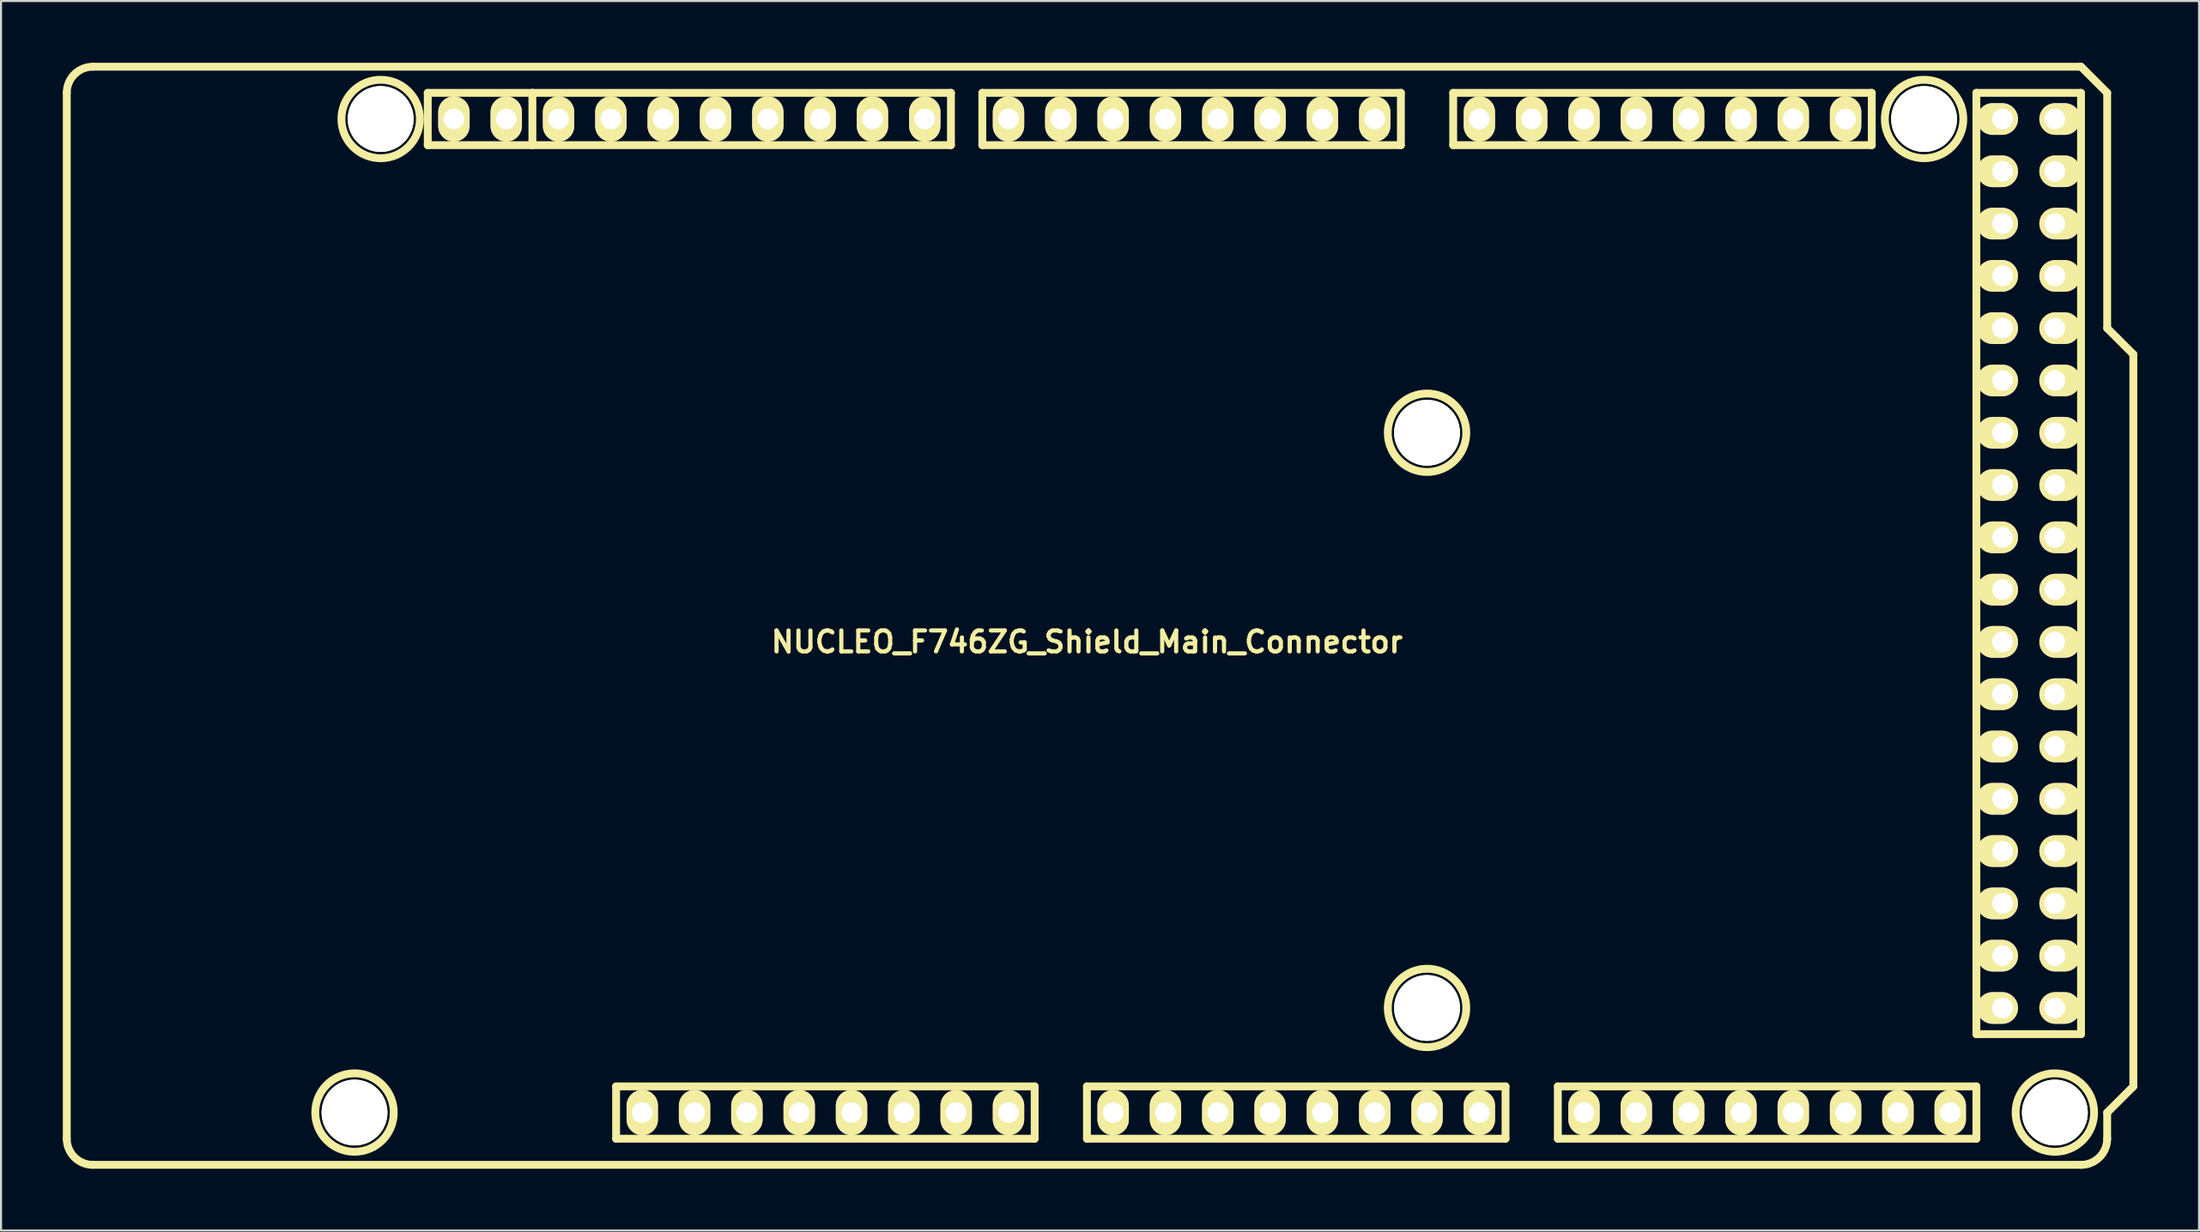
<source format=kicad_pcb>
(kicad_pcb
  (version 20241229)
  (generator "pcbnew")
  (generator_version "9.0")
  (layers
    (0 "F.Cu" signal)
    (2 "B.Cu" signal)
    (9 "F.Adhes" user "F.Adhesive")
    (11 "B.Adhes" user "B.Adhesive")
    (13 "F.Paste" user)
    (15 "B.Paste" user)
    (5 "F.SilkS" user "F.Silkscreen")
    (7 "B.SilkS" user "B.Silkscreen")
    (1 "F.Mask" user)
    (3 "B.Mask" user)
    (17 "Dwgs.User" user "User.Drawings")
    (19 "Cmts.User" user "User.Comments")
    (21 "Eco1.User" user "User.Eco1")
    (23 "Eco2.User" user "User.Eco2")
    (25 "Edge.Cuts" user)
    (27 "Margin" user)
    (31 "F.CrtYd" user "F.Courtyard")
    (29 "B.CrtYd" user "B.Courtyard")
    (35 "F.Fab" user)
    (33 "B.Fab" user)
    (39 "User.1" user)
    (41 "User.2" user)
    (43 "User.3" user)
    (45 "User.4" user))
  (footprint "NUCLEO_F746ZG_Shield_Main_Connector"
    (layer "F.Cu")
    (at 49.721 26.86)
    (property "Reference" "NUCLEO_F746ZG_Shield_Main_Connector" (at 0 1.27 0) (layer "F.SilkS") (effects (font (size 1.016 1.016) (thickness 0.203))))
    (attr through_hole)
    (fp_line (start -49.53 25.4) (end -49.53 -25.4) (stroke (width 0.381) (type solid)) (layer "F.SilkS"))
    (fp_line (start -48.26 -26.67) (end 48.26 -26.67) (stroke (width 0.381) (type solid)) (layer "F.SilkS"))
    (fp_line (start -48.26 26.67) (end 48.26 26.67) (stroke (width 0.381) (type solid)) (layer "F.SilkS"))
    (fp_line (start -32.004 -25.4) (end -32.004 -22.86) (stroke (width 0.381) (type solid)) (layer "F.SilkS"))
    (fp_line (start -32.004 -22.86) (end -26.924 -22.86) (stroke (width 0.381) (type solid)) (layer "F.SilkS"))
    (fp_line (start -26.924 -25.4) (end -32.004 -25.4) (stroke (width 0.381) (type solid)) (layer "F.SilkS"))
    (fp_line (start -26.924 -22.86) (end -26.924 -25.4) (stroke (width 0.381) (type solid)) (layer "F.SilkS"))
    (fp_line (start -22.86 25.4) (end -22.86 22.86) (stroke (width 0.381) (type solid)) (layer "F.SilkS"))
    (fp_line (start -22.86 25.4) (end -2.54 25.4) (stroke (width 0.381) (type solid)) (layer "F.SilkS"))
    (fp_line (start -6.604 -25.4) (end -26.924 -25.4) (stroke (width 0.381) (type solid)) (layer "F.SilkS"))
    (fp_line (start -6.604 -22.86) (end -26.924 -22.86) (stroke (width 0.381) (type solid)) (layer "F.SilkS"))
    (fp_line (start -6.604 -22.86) (end -6.604 -25.4) (stroke (width 0.381) (type solid)) (layer "F.SilkS"))
    (fp_line (start -5.08 -25.4) (end 15.24 -25.4) (stroke (width 0.381) (type solid)) (layer "F.SilkS"))
    (fp_line (start -5.08 -22.86) (end -5.08 -25.4) (stroke (width 0.381) (type solid)) (layer "F.SilkS"))
    (fp_line (start -2.54 22.86) (end -22.86 22.86) (stroke (width 0.381) (type solid)) (layer "F.SilkS"))
    (fp_line (start -2.54 22.86) (end -2.54 25.4) (stroke (width 0.381) (type solid)) (layer "F.SilkS"))
    (fp_line (start 0 22.86) (end 0 25.4) (stroke (width 0.381) (type solid)) (layer "F.SilkS"))
    (fp_line (start 0 25.4) (end 20.32 25.4) (stroke (width 0.381) (type solid)) (layer "F.SilkS"))
    (fp_line (start 15.24 -25.4) (end 15.24 -22.86) (stroke (width 0.381) (type solid)) (layer "F.SilkS"))
    (fp_line (start 15.24 -22.86) (end -5.08 -22.86) (stroke (width 0.381) (type solid)) (layer "F.SilkS"))
    (fp_line (start 17.78 -25.4) (end 17.78 -22.86) (stroke (width 0.381) (type solid)) (layer "F.SilkS"))
    (fp_line (start 17.78 -22.86) (end 38.1 -22.86) (stroke (width 0.381) (type solid)) (layer "F.SilkS"))
    (fp_line (start 20.32 22.86) (end 0 22.86) (stroke (width 0.381) (type solid)) (layer "F.SilkS"))
    (fp_line (start 20.32 25.4) (end 20.32 22.86) (stroke (width 0.381) (type solid)) (layer "F.SilkS"))
    (fp_line (start 22.86 22.86) (end 43.18 22.86) (stroke (width 0.381) (type solid)) (layer "F.SilkS"))
    (fp_line (start 22.86 25.4) (end 22.86 22.86) (stroke (width 0.381) (type solid)) (layer "F.SilkS"))
    (fp_line (start 38.1 -25.4) (end 17.78 -25.4) (stroke (width 0.381) (type solid)) (layer "F.SilkS"))
    (fp_line (start 38.1 -22.86) (end 38.1 -25.4) (stroke (width 0.381) (type solid)) (layer "F.SilkS"))
    (fp_line (start 43.18 -25.4) (end 43.18 20.32) (stroke (width 0.381) (type solid)) (layer "F.SilkS"))
    (fp_line (start 43.18 20.32) (end 48.26 20.32) (stroke (width 0.381) (type solid)) (layer "F.SilkS"))
    (fp_line (start 43.18 22.86) (end 43.18 25.4) (stroke (width 0.381) (type solid)) (layer "F.SilkS"))
    (fp_line (start 43.18 25.4) (end 22.86 25.4) (stroke (width 0.381) (type solid)) (layer "F.SilkS"))
    (fp_line (start 48.26 -26.67) (end 49.53 -25.4) (stroke (width 0.381) (type solid)) (layer "F.SilkS"))
    (fp_line (start 48.26 -25.4) (end 43.18 -25.4) (stroke (width 0.381) (type solid)) (layer "F.SilkS"))
    (fp_line (start 48.26 20.32) (end 48.26 -25.4) (stroke (width 0.381) (type solid)) (layer "F.SilkS"))
    (fp_line (start 49.53 -25.4) (end 49.53 -13.97) (stroke (width 0.381) (type solid)) (layer "F.SilkS"))
    (fp_line (start 49.53 -13.97) (end 50.8 -12.7) (stroke (width 0.381) (type solid)) (layer "F.SilkS"))
    (fp_line (start 49.53 24.13) (end 49.53 25.4) (stroke (width 0.381) (type solid)) (layer "F.SilkS"))
    (fp_line (start 50.8 -12.7) (end 50.8 22.86) (stroke (width 0.381) (type solid)) (layer "F.SilkS"))
    (fp_line (start 50.8 22.86) (end 49.53 24.13) (stroke (width 0.381) (type solid)) (layer "F.SilkS"))
    (fp_arc (start -49.53 -25.4) (mid -49.158026 -26.298026) (end -48.26 -26.67) (stroke (width 0.381) (type solid)) (layer "F.SilkS"))
    (fp_arc (start -48.26 26.67) (mid -49.158026 26.298026) (end -49.53 25.4) (stroke (width 0.381) (type solid)) (layer "F.SilkS"))
    (fp_arc (start 49.53 25.4) (mid 49.158026 26.298026) (end 48.26 26.67) (stroke (width 0.381) (type solid)) (layer "F.SilkS"))
    (fp_circle (center -35.56 24.13) (end -33.655 24.13) (stroke (width 0.381) (type solid)) (fill no) (layer "F.SilkS"))
    (fp_circle (center -34.29 -24.13) (end -32.385 -24.13) (stroke (width 0.381) (type solid)) (fill no) (layer "F.SilkS"))
    (fp_circle (center 16.51 -8.89) (end 18.415 -8.89) (stroke (width 0.381) (type solid)) (fill no) (layer "F.SilkS"))
    (fp_circle (center 16.51 19.05) (end 18.415 19.05) (stroke (width 0.381) (type solid)) (fill no) (layer "F.SilkS"))
    (fp_circle (center 40.64 -24.13) (end 42.545 -24.13) (stroke (width 0.381) (type solid)) (fill no) (layer "F.SilkS"))
    (fp_circle (center 46.99 24.13) (end 48.895 24.13) (stroke (width 0.381) (type solid)) (fill no) (layer "F.SilkS"))
    (pad "" np_thru_hole circle (at -35.56 24.13) (size 3.198 3.198) (drill 3.198) (layers "*.Cu" "*.Mask" "F.SilkS"))
    (pad "" np_thru_hole circle (at -34.29 -24.13) (size 3.198 3.198) (drill 3.198) (layers "*.Cu" "*.Mask" "F.SilkS"))
    (pad "" np_thru_hole circle (at 16.51 -8.89) (size 3.198 3.198) (drill 3.198) (layers "*.Cu" "*.Mask" "F.SilkS"))
    (pad "" np_thru_hole circle (at 16.51 19.05) (size 3.198 3.198) (drill 3.198) (layers "*.Cu" "*.Mask" "F.SilkS"))
    (pad "" np_thru_hole circle (at 40.64 -24.13) (size 3.198 3.198) (drill 3.198) (layers "*.Cu" "*.Mask" "F.SilkS"))
    (pad "" np_thru_hole circle (at 46.99 24.13) (size 3.198 3.198) (drill 3.198) (layers "*.Cu" "*.Mask" "F.SilkS"))
    (pad "1" thru_hole oval (at -21.59 24.13) (size 1.524 2.2) (drill 1.001) (layers "*.Cu" "*.Mask" "F.SilkS"))
    (pad "2" thru_hole oval (at -19.05 24.13) (size 1.524 2.2) (drill 1.001) (layers "*.Cu" "*.Mask" "F.SilkS"))
    (pad "3" thru_hole oval (at -16.51 24.13) (size 1.524 2.2) (drill 1.001) (layers "*.Cu" "*.Mask" "F.SilkS"))
    (pad "4" thru_hole oval (at -13.97 24.13) (size 1.524 2.2) (drill 1.001) (layers "*.Cu" "*.Mask" "F.SilkS"))
    (pad "5" thru_hole oval (at -11.43 24.13) (size 1.524 2.2) (drill 1.001) (layers "*.Cu" "*.Mask" "F.SilkS"))
    (pad "6" thru_hole oval (at -8.89 24.13) (size 1.524 2.2) (drill 1.001) (layers "*.Cu" "*.Mask" "F.SilkS"))
    (pad "7" thru_hole oval (at -6.35 24.13) (size 1.524 2.2) (drill 1.001) (layers "*.Cu" "*.Mask" "F.SilkS"))
    (pad "8" thru_hole oval (at -3.81 24.13) (size 1.524 2.2) (drill 1.001) (layers "*.Cu" "*.Mask" "F.SilkS"))
    (pad "9" thru_hole oval (at 1.27 24.13) (size 1.524 2.2) (drill 1.001) (layers "*.Cu" "*.Mask" "F.SilkS"))
    (pad "10" thru_hole oval (at 3.81 24.13) (size 1.524 2.2) (drill 1.001) (layers "*.Cu" "*.Mask" "F.SilkS"))
    (pad "11" thru_hole oval (at 6.35 24.13) (size 1.524 2.2) (drill 1.001) (layers "*.Cu" "*.Mask" "F.SilkS"))
    (pad "12" thru_hole oval (at 8.89 24.13) (size 1.524 2.2) (drill 1.001) (layers "*.Cu" "*.Mask" "F.SilkS"))
    (pad "13" thru_hole oval (at 11.43 24.13) (size 1.524 2.2) (drill 1.001) (layers "*.Cu" "*.Mask" "F.SilkS"))
    (pad "14" thru_hole oval (at 13.97 24.13) (size 1.524 2.2) (drill 1.001) (layers "*.Cu" "*.Mask" "F.SilkS"))
    (pad "15" thru_hole oval (at 16.51 24.13) (size 1.524 2.2) (drill 1.001) (layers "*.Cu" "*.Mask" "F.SilkS"))
    (pad "16" thru_hole oval (at 19.05 24.13) (size 1.524 2.2) (drill 1.001) (layers "*.Cu" "*.Mask" "F.SilkS"))
    (pad "17" thru_hole oval (at 24.13 24.13) (size 1.524 2.2) (drill 1.001) (layers "*.Cu" "*.Mask" "F.SilkS"))
    (pad "18" thru_hole oval (at 26.67 24.13) (size 1.524 2.2) (drill 1.001) (layers "*.Cu" "*.Mask" "F.SilkS"))
    (pad "19" thru_hole oval (at 29.21 24.13) (size 1.524 2.2) (drill 1.001) (layers "*.Cu" "*.Mask" "F.SilkS"))
    (pad "20" thru_hole oval (at 31.75 24.13) (size 1.524 2.197) (drill 1.001) (layers "*.Cu" "*.Mask" "F.SilkS"))
    (pad "21" thru_hole oval (at 34.29 24.13) (size 1.524 2.197) (drill 1.001) (layers "*.Cu" "*.Mask" "F.SilkS"))
    (pad "22" thru_hole oval (at 36.83 24.13) (size 1.524 2.197) (drill 1.001) (layers "*.Cu" "*.Mask" "F.SilkS"))
    (pad "23" thru_hole oval (at 39.37 24.13) (size 1.524 2.197) (drill 1.001) (layers "*.Cu" "*.Mask" "F.SilkS"))
    (pad "24" thru_hole oval (at 41.91 24.13) (size 1.524 2.197) (drill 1.001) (layers "*.Cu" "*.Mask" "F.SilkS"))
    (pad "25" thru_hole oval (at 44.45 19.05) (size 1.999 1.539) (drill 1.001 (offset -0.249 0)) (layers "*.Cu" "*.Mask" "F.SilkS"))
    (pad "26" thru_hole oval (at 44.45 16.51) (size 1.999 1.539) (drill 1.001 (offset -0.249 0)) (layers "*.Cu" "*.Mask" "F.SilkS"))
    (pad "27" thru_hole oval (at 44.45 13.97) (size 1.999 1.539) (drill 1.001 (offset -0.249 0)) (layers "*.Cu" "*.Mask" "F.SilkS"))
    (pad "28" thru_hole oval (at 44.45 11.43) (size 1.999 1.539) (drill 1.001 (offset -0.249 0)) (layers "*.Cu" "*.Mask" "F.SilkS"))
    (pad "29" thru_hole oval (at 44.45 8.89) (size 1.999 1.539) (drill 1.001 (offset -0.249 0)) (layers "*.Cu" "*.Mask" "F.SilkS"))
    (pad "30" thru_hole oval (at 44.45 6.35) (size 1.999 1.539) (drill 1.001 (offset -0.249 0)) (layers "*.Cu" "*.Mask" "F.SilkS"))
    (pad "31" thru_hole oval (at 44.45 3.81) (size 1.999 1.539) (drill 1.001 (offset -0.249 0)) (layers "*.Cu" "*.Mask" "F.SilkS"))
    (pad "32" thru_hole oval (at 44.45 1.27) (size 1.999 1.539) (drill 1.001 (offset -0.249 0)) (layers "*.Cu" "*.Mask" "F.SilkS"))
    (pad "33" thru_hole oval (at 44.45 -1.27) (size 1.999 1.539) (drill 1.001 (offset -0.249 0)) (layers "*.Cu" "*.Mask" "F.SilkS"))
    (pad "34" thru_hole oval (at 44.45 -3.81) (size 1.999 1.539) (drill 1.001 (offset -0.249 0)) (layers "*.Cu" "*.Mask" "F.SilkS"))
    (pad "35" thru_hole oval (at 44.45 -6.35) (size 1.999 1.539) (drill 1.001 (offset -0.249 0)) (layers "*.Cu" "*.Mask" "F.SilkS"))
    (pad "36" thru_hole oval (at 44.45 -8.89) (size 1.999 1.539) (drill 1.001 (offset -0.249 0)) (layers "*.Cu" "*.Mask" "F.SilkS"))
    (pad "37" thru_hole oval (at 44.45 -11.43) (size 1.999 1.539) (drill 1.001 (offset -0.249 0)) (layers "*.Cu" "*.Mask" "F.SilkS"))
    (pad "38" thru_hole oval (at 44.45 -13.97) (size 1.999 1.539) (drill 1.001 (offset -0.249 0)) (layers "*.Cu" "*.Mask" "F.SilkS"))
    (pad "39" thru_hole oval (at 44.45 -16.51) (size 1.999 1.539) (drill 1.001 (offset -0.249 0)) (layers "*.Cu" "*.Mask" "F.SilkS"))
    (pad "40" thru_hole oval (at 44.45 -19.05) (size 1.999 1.539) (drill 1.001 (offset -0.249 0)) (layers "*.Cu" "*.Mask" "F.SilkS"))
    (pad "41" thru_hole oval (at 44.45 -21.59) (size 1.999 1.539) (drill 1.001 (offset -0.249 0)) (layers "*.Cu" "*.Mask" "F.SilkS"))
    (pad "42" thru_hole oval (at 44.45 -24.13) (size 1.999 1.539) (drill 1.001 (offset -0.249 0)) (layers "*.Cu" "*.Mask" "F.SilkS"))
    (pad "43" thru_hole oval (at 46.99 19.05) (size 1.999 1.537) (drill 1.001 (offset 0.246 0)) (layers "*.Cu" "*.Mask" "F.SilkS"))
    (pad "44" thru_hole oval (at 46.99 16.51) (size 1.999 1.537) (drill 1.001 (offset 0.246 0)) (layers "*.Cu" "*.Mask" "F.SilkS"))
    (pad "45" thru_hole oval (at 46.99 13.97) (size 1.999 1.537) (drill 1.001 (offset 0.246 0)) (layers "*.Cu" "*.Mask" "F.SilkS"))
    (pad "46" thru_hole oval (at 46.99 11.43) (size 1.999 1.537) (drill 1.001 (offset 0.246 0)) (layers "*.Cu" "*.Mask" "F.SilkS"))
    (pad "47" thru_hole oval (at 46.99 8.89) (size 1.999 1.537) (drill 1.001 (offset 0.246 0)) (layers "*.Cu" "*.Mask" "F.SilkS"))
    (pad "48" thru_hole oval (at 46.99 6.35) (size 1.999 1.537) (drill 1.001 (offset 0.246 0)) (layers "*.Cu" "*.Mask" "F.SilkS"))
    (pad "49" thru_hole oval (at 46.99 3.81) (size 1.999 1.537) (drill 1.001 (offset 0.246 0)) (layers "*.Cu" "*.Mask" "F.SilkS"))
    (pad "50" thru_hole oval (at 46.99 1.27) (size 1.999 1.537) (drill 1.001 (offset 0.246 0)) (layers "*.Cu" "*.Mask" "F.SilkS"))
    (pad "51" thru_hole oval (at 46.99 -1.27) (size 1.999 1.537) (drill 1.001 (offset 0.246 0)) (layers "*.Cu" "*.Mask" "F.SilkS"))
    (pad "52" thru_hole oval (at 46.99 -3.81) (size 1.999 1.537) (drill 1.001 (offset 0.246 0)) (layers "*.Cu" "*.Mask" "F.SilkS"))
    (pad "53" thru_hole oval (at 46.99 -6.35) (size 1.999 1.537) (drill 1.001 (offset 0.246 0)) (layers "*.Cu" "*.Mask" "F.SilkS"))
    (pad "54" thru_hole oval (at 46.99 -8.89) (size 1.999 1.537) (drill 1.001 (offset 0.246 0)) (layers "*.Cu" "*.Mask" "F.SilkS"))
    (pad "55" thru_hole oval (at 46.99 -11.43) (size 1.999 1.537) (drill 1.001 (offset 0.246 0)) (layers "*.Cu" "*.Mask" "F.SilkS"))
    (pad "56" thru_hole oval (at 46.99 -13.97) (size 1.999 1.537) (drill 1.001 (offset 0.246 0)) (layers "*.Cu" "*.Mask" "F.SilkS"))
    (pad "57" thru_hole oval (at 46.99 -16.51) (size 1.999 1.537) (drill 1.001 (offset 0.246 0)) (layers "*.Cu" "*.Mask" "F.SilkS"))
    (pad "58" thru_hole oval (at 46.99 -19.05) (size 1.999 1.537) (drill 1.001 (offset 0.246 0)) (layers "*.Cu" "*.Mask" "F.SilkS"))
    (pad "59" thru_hole oval (at 46.99 -21.59) (size 1.999 1.537) (drill 1.001 (offset 0.246 0)) (layers "*.Cu" "*.Mask" "F.SilkS"))
    (pad "60" thru_hole oval (at 46.99 -24.13) (size 1.999 1.537) (drill 1.001 (offset 0.246 0)) (layers "*.Cu" "*.Mask" "F.SilkS"))
    (pad "61" thru_hole oval (at 36.83 -24.13) (size 1.524 2.197) (drill 1.001) (layers "*.Cu" "*.Mask" "F.SilkS"))
    (pad "62" thru_hole oval (at 34.29 -24.13) (size 1.524 2.197) (drill 1.001) (layers "*.Cu" "*.Mask" "F.SilkS"))
    (pad "63" thru_hole oval (at 31.75 -24.13) (size 1.524 2.197) (drill 1.001) (layers "*.Cu" "*.Mask" "F.SilkS"))
    (pad "64" thru_hole oval (at 29.21 -24.13) (size 1.524 2.197) (drill 1.001) (layers "*.Cu" "*.Mask" "F.SilkS"))
    (pad "65" thru_hole oval (at 26.67 -24.13) (size 1.524 2.197) (drill 1.001) (layers "*.Cu" "*.Mask" "F.SilkS"))
    (pad "66" thru_hole oval (at 24.13 -24.13) (size 1.524 2.197) (drill 1.001) (layers "*.Cu" "*.Mask" "F.SilkS"))
    (pad "67" thru_hole oval (at 21.59 -24.13) (size 1.524 2.197) (drill 1.001) (layers "*.Cu" "*.Mask" "F.SilkS"))
    (pad "68" thru_hole oval (at 19.05 -24.13) (size 1.524 2.197) (drill 1.001) (layers "*.Cu" "*.Mask" "F.SilkS"))
    (pad "69" thru_hole oval (at 13.97 -24.13) (size 1.524 2.197) (drill 1.001) (layers "*.Cu" "*.Mask" "F.SilkS"))
    (pad "70" thru_hole oval (at 11.43 -24.13) (size 1.524 2.197) (drill 1.001) (layers "*.Cu" "*.Mask" "F.SilkS"))
    (pad "71" thru_hole oval (at 8.89 -24.13) (size 1.524 2.197) (drill 1.001) (layers "*.Cu" "*.Mask" "F.SilkS"))
    (pad "72" thru_hole oval (at 6.35 -24.13) (size 1.524 2.197) (drill 1.001) (layers "*.Cu" "*.Mask" "F.SilkS"))
    (pad "73" thru_hole oval (at 3.81 -24.13) (size 1.524 2.197) (drill 1.001) (layers "*.Cu" "*.Mask" "F.SilkS"))
    (pad "74" thru_hole oval (at 1.27 -24.13) (size 1.524 2.197) (drill 1.001) (layers "*.Cu" "*.Mask" "F.SilkS"))
    (pad "75" thru_hole oval (at -1.27 -24.13) (size 1.524 2.197) (drill 1.001) (layers "*.Cu" "*.Mask" "F.SilkS"))
    (pad "76" thru_hole oval (at -3.81 -24.13) (size 1.524 2.197) (drill 1.001) (layers "*.Cu" "*.Mask" "F.SilkS"))
    (pad "77" thru_hole oval (at -7.874 -24.13) (size 1.524 2.197) (drill 1.001) (layers "*.Cu" "*.Mask" "F.SilkS"))
    (pad "78" thru_hole oval (at -10.414 -24.13) (size 1.524 2.197) (drill 1.001) (layers "*.Cu" "*.Mask" "F.SilkS"))
    (pad "79" thru_hole oval (at -12.954 -24.13) (size 1.524 2.197) (drill 1.001) (layers "*.Cu" "*.Mask" "F.SilkS"))
    (pad "80" thru_hole oval (at -15.494 -24.13) (size 1.524 2.197) (drill 1.001) (layers "*.Cu" "*.Mask" "F.SilkS"))
    (pad "81" thru_hole oval (at -18.034 -24.13) (size 1.524 2.197) (drill 1.001) (layers "*.Cu" "*.Mask" "F.SilkS"))
    (pad "82" thru_hole oval (at -20.574 -24.13) (size 1.524 2.197) (drill 1.001) (layers "*.Cu" "*.Mask" "F.SilkS"))
    (pad "83" thru_hole oval (at -23.114 -24.13) (size 1.524 2.197) (drill 1.001) (layers "*.Cu" "*.Mask" "F.SilkS"))
    (pad "84" thru_hole oval (at -25.654 -24.13) (size 1.524 2.197) (drill 1.001) (layers "*.Cu" "*.Mask" "F.SilkS"))
    (pad "85" thru_hole oval (at -28.194 -24.13) (size 1.524 2.197) (drill 1.001) (layers "*.Cu" "*.Mask" "F.SilkS"))
    (pad "86" thru_hole oval (at -30.734 -24.13) (size 1.524 2.197) (drill 1.001) (layers "*.Cu" "*.Mask" "F.SilkS")))
  (gr_rect
    (start -3 -3)
    (end 103.711 56.721)
    (stroke (width 0.1) (type default))
    (fill no)
    (layer "Edge.Cuts")))
</source>
